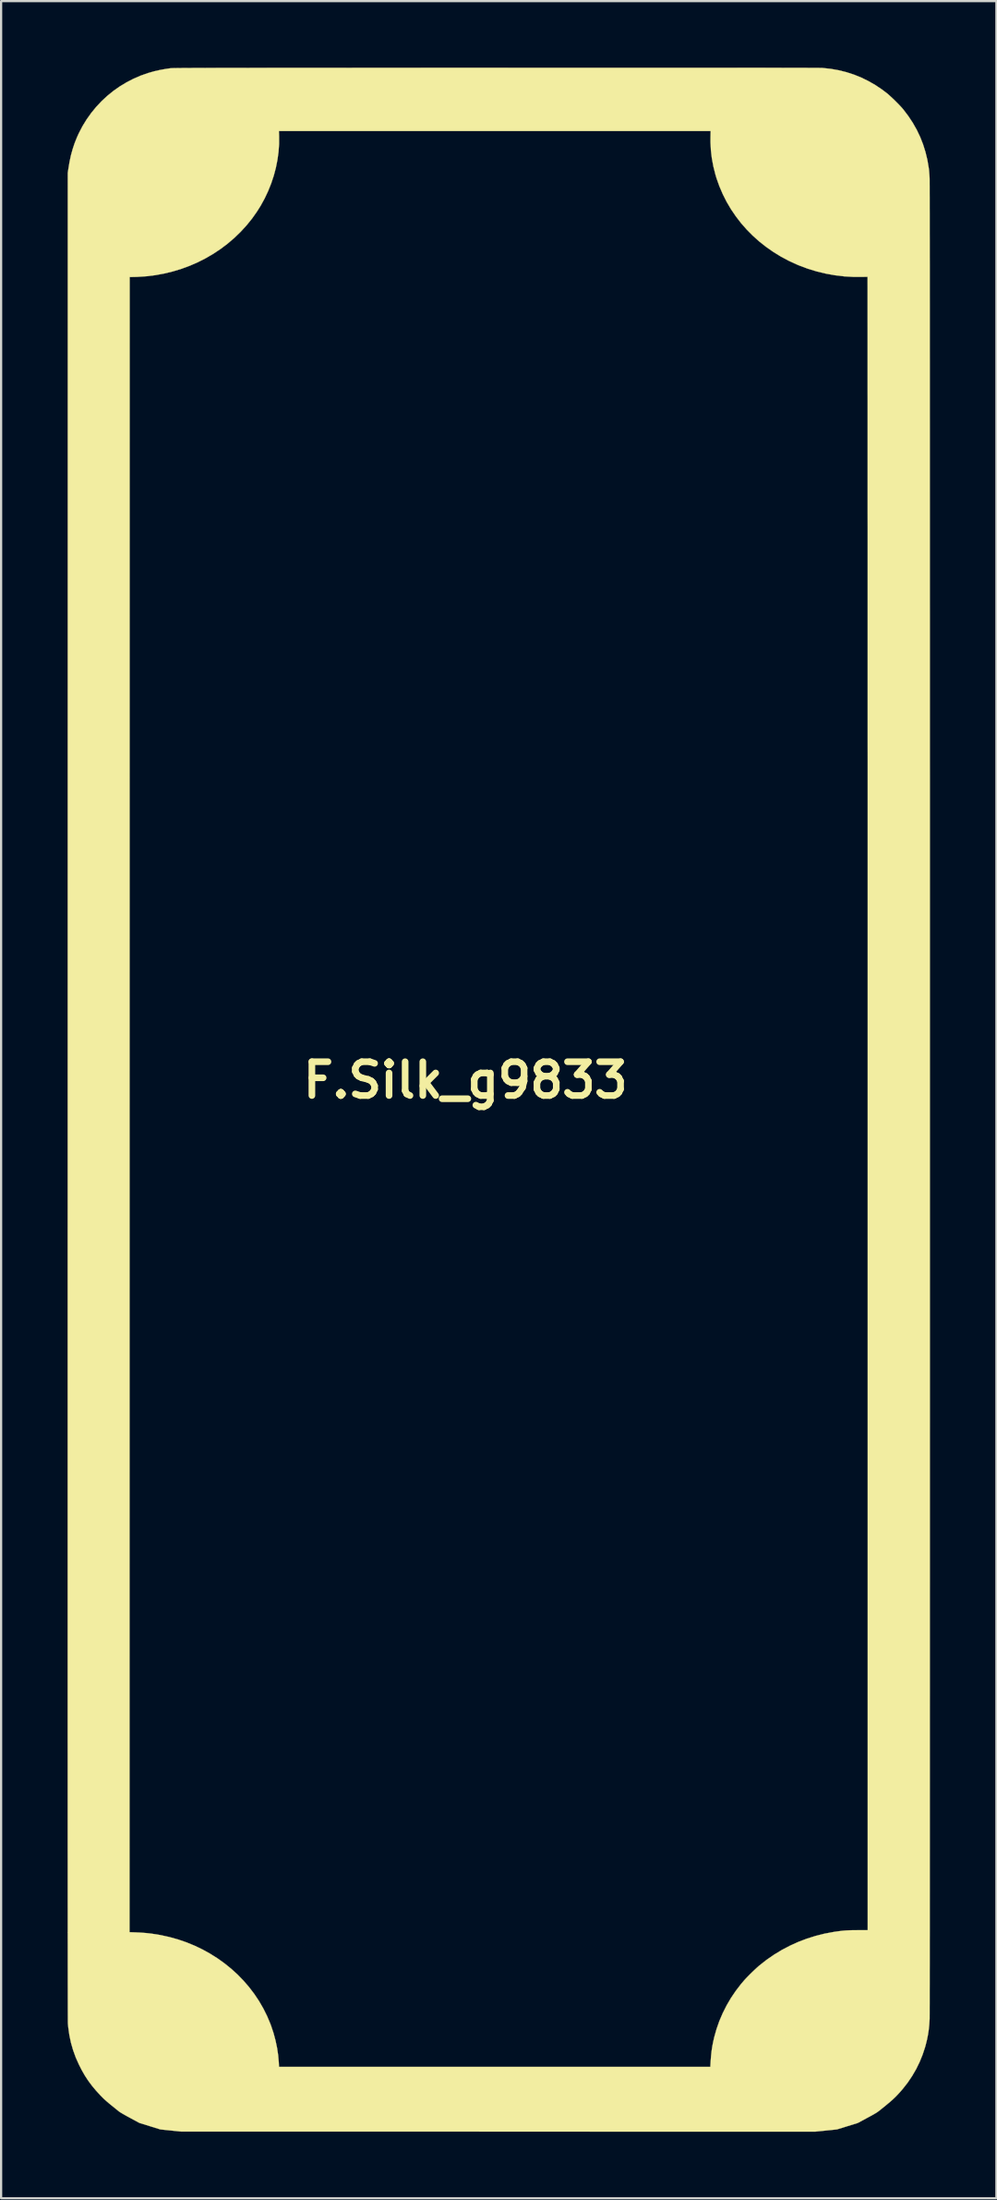
<source format=kicad_pcb>
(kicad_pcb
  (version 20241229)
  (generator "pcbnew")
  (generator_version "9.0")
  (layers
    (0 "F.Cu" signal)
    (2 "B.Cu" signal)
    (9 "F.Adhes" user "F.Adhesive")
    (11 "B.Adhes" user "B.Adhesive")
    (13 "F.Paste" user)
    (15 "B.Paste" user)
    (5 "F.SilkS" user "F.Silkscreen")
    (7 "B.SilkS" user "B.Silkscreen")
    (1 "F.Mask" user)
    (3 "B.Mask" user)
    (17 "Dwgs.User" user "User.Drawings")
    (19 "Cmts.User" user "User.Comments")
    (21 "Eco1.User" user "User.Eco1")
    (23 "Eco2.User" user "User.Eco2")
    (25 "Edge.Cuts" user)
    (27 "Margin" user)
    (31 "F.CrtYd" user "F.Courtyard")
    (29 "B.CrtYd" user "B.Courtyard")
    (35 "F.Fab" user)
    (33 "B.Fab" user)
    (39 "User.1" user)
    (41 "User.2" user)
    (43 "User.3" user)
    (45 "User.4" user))
  (footprint "F.Silk_g9833"
    (layer "F.Cu")
    (at 17.961 45.672)
    (property "Reference" "F.Silk_g9833" (at 0 0 0) (layer "F.SilkS") (effects (font (size 1.524 1.524) (thickness 0.3))))
    (attr through_hole)
    (fp_poly (pts (xy 8.292 -45.667) (xy 8.852 -45.667) (xy 9.389 -45.667) (xy 9.904 -45.667) (xy 10.397 -45.667) (xy 10.867 -45.667) (xy 11.315 -45.667) (xy 11.742 -45.667) (xy 12.147 -45.667) (xy 12.531 -45.666) (xy 12.894 -45.666) (xy 13.237 -45.666) (xy 13.559 -45.665) (xy 13.86 -45.665) (xy 14.142 -45.665) (xy 14.404 -45.664) (xy 14.646 -45.664) (xy 14.87 -45.664) (xy 15.074 -45.663) (xy 15.259 -45.663) (xy 15.425 -45.662) (xy 15.573 -45.661) (xy 15.704 -45.661) (xy 15.816 -45.66) (xy 15.91 -45.66) (xy 15.987 -45.659) (xy 16.047 -45.658) (xy 16.09 -45.658) (xy 16.116 -45.657) (xy 16.123 -45.656) (xy 16.489 -45.617) (xy 16.848 -45.554) (xy 17.199 -45.467) (xy 17.542 -45.356) (xy 17.875 -45.221) (xy 18.199 -45.062) (xy 18.514 -44.881) (xy 18.818 -44.676) (xy 19.025 -44.519) (xy 19.099 -44.457) (xy 19.184 -44.38) (xy 19.278 -44.293) (xy 19.376 -44.2) (xy 19.473 -44.103) (xy 19.566 -44.009) (xy 19.651 -43.919) (xy 19.723 -43.839) (xy 19.767 -43.787) (xy 19.993 -43.49) (xy 20.195 -43.184) (xy 20.374 -42.869) (xy 20.529 -42.545) (xy 20.66 -42.211) (xy 20.768 -41.867) (xy 20.854 -41.513) (xy 20.916 -41.149) (xy 20.923 -41.095) (xy 20.93 -41.03) (xy 20.937 -40.946) (xy 20.944 -40.853) (xy 20.951 -40.756) (xy 20.955 -40.669) (xy 20.955 -40.649) (xy 20.956 -40.604) (xy 20.956 -40.534) (xy 20.956 -40.439) (xy 20.957 -40.321) (xy 20.957 -40.179) (xy 20.957 -40.014) (xy 20.958 -39.826) (xy 20.958 -39.616) (xy 20.958 -39.384) (xy 20.959 -39.129) (xy 20.959 -38.854) (xy 20.959 -38.557) (xy 20.959 -38.24) (xy 20.96 -37.902) (xy 20.96 -37.545) (xy 20.96 -37.168) (xy 20.961 -36.771) (xy 20.961 -36.356) (xy 20.961 -35.923) (xy 20.961 -35.471) (xy 20.962 -35.002) (xy 20.962 -34.515) (xy 20.962 -34.011) (xy 20.962 -33.491) (xy 20.962 -32.954) (xy 20.963 -32.402) (xy 20.963 -31.834) (xy 20.963 -31.25) (xy 20.963 -30.652) (xy 20.963 -30.04) (xy 20.964 -29.413) (xy 20.964 -28.773) (xy 20.964 -28.119) (xy 20.964 -27.452) (xy 20.964 -26.773) (xy 20.965 -26.082) (xy 20.965 -25.378) (xy 20.965 -24.663) (xy 20.965 -23.937) (xy 20.965 -23.2) (xy 20.965 -22.453) (xy 20.965 -21.695) (xy 20.966 -20.928) (xy 20.966 -20.152) (xy 20.966 -19.366) (xy 20.966 -18.572) (xy 20.966 -17.77) (xy 20.966 -16.96) (xy 20.966 -16.142) (xy 20.966 -15.318) (xy 20.966 -14.486) (xy 20.967 -13.648) (xy 20.967 -12.804) (xy 20.967 -11.954) (xy 20.967 -11.099) (xy 20.967 -10.239) (xy 20.967 -9.375) (xy 20.967 -8.506) (xy 20.967 -7.633) (xy 20.967 -6.757) (xy 20.967 -5.878) (xy 20.967 -4.996) (xy 20.967 -4.112) (xy 20.967 -3.225) (xy 20.967 -2.337) (xy 20.967 -1.448) (xy 20.967 -0.557) (xy 20.967 0.334) (xy 20.967 1.225) (xy 20.967 2.116) (xy 20.967 3.006) (xy 20.967 3.896) (xy 20.967 4.784) (xy 20.967 5.671) (xy 20.967 6.555) (xy 20.967 7.438) (xy 20.967 8.317) (xy 20.967 9.194) (xy 20.967 10.067) (xy 20.967 10.936) (xy 20.967 11.802) (xy 20.967 12.662) (xy 20.967 13.518) (xy 20.967 14.368) (xy 20.967 15.213) (xy 20.966 16.052) (xy 20.966 16.884) (xy 20.966 17.71) (xy 20.966 18.528) (xy 20.966 19.34) (xy 20.966 20.143) (xy 20.966 20.938) (xy 20.966 21.725) (xy 20.966 22.502) (xy 20.965 23.271) (xy 20.965 24.029) (xy 20.965 24.778) (xy 20.965 25.516) (xy 20.965 26.244) (xy 20.965 26.96) (xy 20.965 27.665) (xy 20.964 28.358) (xy 20.964 29.039) (xy 20.964 29.707) (xy 20.964 30.363) (xy 20.964 31.005) (xy 20.964 31.633) (xy 20.963 32.248) (xy 20.963 32.848) (xy 20.963 33.433) (xy 20.963 34.003) (xy 20.963 34.557) (xy 20.962 35.096) (xy 20.962 35.619) (xy 20.962 36.125) (xy 20.962 36.614) (xy 20.961 37.085) (xy 20.961 37.539) (xy 20.961 37.975) (xy 20.961 38.393) (xy 20.96 38.791) (xy 20.96 39.171) (xy 20.96 39.531) (xy 20.96 39.871) (xy 20.959 40.191) (xy 20.959 40.49) (xy 20.959 40.769) (xy 20.958 41.026) (xy 20.958 41.261) (xy 20.958 41.474) (xy 20.958 41.665) (xy 20.957 41.833) (xy 20.957 41.978) (xy 20.957 42.099) (xy 20.956 42.197) (xy 20.956 42.27) (xy 20.956 42.319) (xy 20.955 42.342) (xy 20.955 42.343) (xy 20.94 42.594) (xy 20.916 42.827) (xy 20.882 43.051) (xy 20.838 43.272) (xy 20.782 43.499) (xy 20.749 43.618) (xy 20.638 43.954) (xy 20.504 44.283) (xy 20.347 44.603) (xy 20.168 44.911) (xy 19.969 45.207) (xy 19.75 45.487) (xy 19.648 45.606) (xy 19.576 45.685) (xy 19.511 45.756) (xy 19.448 45.822) (xy 19.385 45.884) (xy 19.32 45.946) (xy 19.249 46.01) (xy 19.171 46.079) (xy 19.081 46.154) (xy 18.979 46.239) (xy 18.86 46.336) (xy 18.802 46.382) (xy 18.743 46.43) (xy 18.692 46.47) (xy 18.647 46.504) (xy 18.604 46.536) (xy 18.559 46.566) (xy 18.51 46.596) (xy 18.453 46.629) (xy 18.386 46.668) (xy 18.304 46.713) (xy 18.204 46.767) (xy 18.144 46.799) (xy 17.715 47.031) (xy 17.243 47.177) (xy 16.771 47.322) (xy 16.282 47.372) (xy 15.792 47.422) (xy -12.833 47.419) (xy -13.773 47.322) (xy -14.719 47.029) (xy -15.148 46.797) (xy -15.263 46.735) (xy -15.368 46.676) (xy -15.46 46.624) (xy -15.536 46.579) (xy -15.595 46.542) (xy -15.635 46.516) (xy -15.646 46.507) (xy -15.679 46.48) (xy -15.727 46.441) (xy -15.786 46.393) (xy -15.85 46.341) (xy -15.907 46.296) (xy -16.014 46.209) (xy -16.106 46.134) (xy -16.184 46.067) (xy -16.254 46.005) (xy -16.32 45.945) (xy -16.384 45.882) (xy -16.452 45.813) (xy -16.477 45.788) (xy -16.681 45.566) (xy -16.864 45.346) (xy -17.03 45.122) (xy -17.182 44.89) (xy -17.323 44.643) (xy -17.448 44.398) (xy -17.592 44.075) (xy -17.71 43.749) (xy -17.806 43.417) (xy -17.878 43.078) (xy -17.928 42.728) (xy -17.945 42.545) (xy -17.945 42.532) (xy -17.946 42.504) (xy -17.946 42.462) (xy -17.947 42.404) (xy -17.947 42.332) (xy -17.947 42.244) (xy -17.948 42.141) (xy -17.948 42.023) (xy -17.949 41.889) (xy -17.949 41.738) (xy -17.949 41.572) (xy -17.95 41.39) (xy -17.95 41.192) (xy -17.95 40.976) (xy -17.951 40.745) (xy -17.951 40.496) (xy -17.951 40.231) (xy -17.952 39.948) (xy -17.952 39.648) (xy -17.952 39.33) (xy -17.952 38.995) (xy -17.953 38.642) (xy -17.953 38.426) (xy -15.164 38.426) (xy -14.9 38.435) (xy -14.648 38.447) (xy -14.411 38.465) (xy -14.182 38.491) (xy -13.951 38.525) (xy -13.76 38.558) (xy -13.361 38.646) (xy -12.971 38.755) (xy -12.591 38.885) (xy -12.222 39.037) (xy -11.865 39.208) (xy -11.52 39.399) (xy -11.189 39.608) (xy -10.872 39.835) (xy -10.57 40.079) (xy -10.284 40.339) (xy -10.015 40.616) (xy -9.764 40.907) (xy -9.531 41.213) (xy -9.318 41.532) (xy -9.125 41.865) (xy -8.953 42.21) (xy -8.803 42.566) (xy -8.769 42.659) (xy -8.661 42.983) (xy -8.573 43.312) (xy -8.503 43.644) (xy -8.454 43.973) (xy -8.426 44.294) (xy -8.424 44.326) (xy -8.416 44.501) (xy 11.057 44.501) (xy 11.072 44.237) (xy 11.089 44.011) (xy 11.111 43.802) (xy 11.141 43.6) (xy 11.179 43.398) (xy 11.227 43.186) (xy 11.233 43.161) (xy 11.337 42.793) (xy 11.464 42.431) (xy 11.616 42.077) (xy 11.79 41.732) (xy 11.985 41.398) (xy 12.203 41.076) (xy 12.44 40.767) (xy 12.586 40.596) (xy 12.66 40.515) (xy 12.748 40.423) (xy 12.845 40.325) (xy 12.947 40.225) (xy 13.049 40.128) (xy 13.146 40.038) (xy 13.233 39.96) (xy 13.272 39.927) (xy 13.595 39.673) (xy 13.933 39.44) (xy 14.285 39.227) (xy 14.65 39.036) (xy 15.025 38.866) (xy 15.412 38.719) (xy 15.807 38.595) (xy 16.211 38.493) (xy 16.622 38.416) (xy 16.726 38.4) (xy 16.857 38.382) (xy 16.975 38.368) (xy 17.086 38.356) (xy 17.194 38.348) (xy 17.306 38.342) (xy 17.427 38.338) (xy 17.561 38.336) (xy 17.715 38.335) (xy 17.732 38.335) (xy 18.161 38.335) (xy 18.161 1.053) (xy 18.161 0.079) (xy 18.161 -0.889) (xy 18.161 -1.852) (xy 18.161 -2.807) (xy 18.161 -3.756) (xy 18.161 -4.697) (xy 18.161 -5.631) (xy 18.161 -6.557) (xy 18.161 -7.475) (xy 18.161 -8.384) (xy 18.161 -9.285) (xy 18.161 -10.176) (xy 18.161 -11.059) (xy 18.161 -11.931) (xy 18.161 -12.793) (xy 18.161 -13.645) (xy 18.161 -14.487) (xy 18.16 -15.317) (xy 18.16 -16.136) (xy 18.16 -16.944) (xy 18.16 -17.739) (xy 18.16 -18.523) (xy 18.16 -19.293) (xy 18.16 -20.051) (xy 18.16 -20.796) (xy 18.16 -21.527) (xy 18.16 -22.245) (xy 18.16 -22.948) (xy 18.16 -23.637) (xy 18.16 -24.311) (xy 18.16 -24.971) (xy 18.159 -25.614) (xy 18.159 -26.242) (xy 18.159 -26.854) (xy 18.159 -27.45) (xy 18.159 -28.029) (xy 18.159 -28.592) (xy 18.159 -29.136) (xy 18.159 -29.664) (xy 18.159 -30.173) (xy 18.159 -30.665) (xy 18.158 -31.137) (xy 18.158 -31.591) (xy 18.158 -32.026) (xy 18.158 -32.442) (xy 18.158 -32.837) (xy 18.158 -33.213) (xy 18.158 -33.568) (xy 18.158 -33.902) (xy 18.157 -34.216) (xy 18.157 -34.508) (xy 18.157 -34.778) (xy 18.157 -35.027) (xy 18.157 -35.253) (xy 18.157 -35.456) (xy 18.157 -35.637) (xy 18.157 -35.794) (xy 18.156 -35.928) (xy 18.156 -36.039) (xy 18.156 -36.124) (xy 18.156 -36.186) (xy 18.156 -36.223) (xy 18.156 -36.234) (xy 18.142 -36.236) (xy 18.107 -36.236) (xy 18.056 -36.236) (xy 17.992 -36.234) (xy 17.943 -36.233) (xy 17.521 -36.233) (xy 17.1 -36.257) (xy 16.682 -36.307) (xy 16.269 -36.381) (xy 15.861 -36.479) (xy 15.46 -36.601) (xy 15.067 -36.748) (xy 14.954 -36.795) (xy 14.586 -36.965) (xy 14.231 -37.155) (xy 13.891 -37.365) (xy 13.566 -37.592) (xy 13.258 -37.836) (xy 12.967 -38.097) (xy 12.694 -38.373) (xy 12.439 -38.664) (xy 12.204 -38.97) (xy 11.988 -39.288) (xy 11.792 -39.62) (xy 11.619 -39.963) (xy 11.467 -40.316) (xy 11.337 -40.68) (xy 11.286 -40.851) (xy 11.193 -41.218) (xy 11.125 -41.583) (xy 11.082 -41.948) (xy 11.064 -42.313) (xy 11.065 -42.523) (xy 11.071 -42.812) (xy -8.42 -42.812) (xy -8.412 -42.58) (xy -8.412 -42.227) (xy -8.437 -41.871) (xy -8.486 -41.514) (xy -8.557 -41.157) (xy -8.651 -40.802) (xy -8.767 -40.452) (xy -8.905 -40.108) (xy -9.063 -39.773) (xy -9.241 -39.448) (xy -9.405 -39.186) (xy -9.634 -38.862) (xy -9.883 -38.555) (xy -10.15 -38.264) (xy -10.434 -37.99) (xy -10.734 -37.734) (xy -11.049 -37.496) (xy -11.378 -37.277) (xy -11.721 -37.077) (xy -12.075 -36.897) (xy -12.441 -36.737) (xy -12.818 -36.598) (xy -13.203 -36.481) (xy -13.597 -36.385) (xy -13.998 -36.311) (xy -14.406 -36.261) (xy -14.819 -36.234) (xy -14.973 -36.23) (xy -15.157 -36.227) (xy -15.161 1.1) (xy -15.164 38.426) (xy -17.953 38.426) (xy -17.953 38.271) (xy -17.953 37.882) (xy -17.953 37.475) (xy -17.954 37.049) (xy -17.954 36.604) (xy -17.954 36.141) (xy -17.954 35.659) (xy -17.954 35.158) (xy -17.955 34.637) (xy -17.955 34.097) (xy -17.955 33.538) (xy -17.955 32.958) (xy -17.955 32.359) (xy -17.955 31.74) (xy -17.955 31.1) (xy -17.955 30.44) (xy -17.956 29.76) (xy -17.956 29.058) (xy -17.956 28.336) (xy -17.956 27.593) (xy -17.956 26.829) (xy -17.956 26.043) (xy -17.956 25.235) (xy -17.956 24.406) (xy -17.956 23.555) (xy -17.956 22.682) (xy -17.956 21.787) (xy -17.956 20.87) (xy -17.956 19.93) (xy -17.956 18.967) (xy -17.956 17.981) (xy -17.956 16.973) (xy -17.956 15.941) (xy -17.956 14.886) (xy -17.956 13.808) (xy -17.956 12.705) (xy -17.956 11.579) (xy -17.956 10.429) (xy -17.956 9.255) (xy -17.956 8.057) (xy -17.956 6.834) (xy -17.955 5.586) (xy -17.955 4.314) (xy -17.955 3.016) (xy -17.955 1.694) (xy -17.955 0.718) (xy -17.951 -40.926) (xy -17.923 -41.116) (xy -17.871 -41.425) (xy -17.809 -41.716) (xy -17.733 -41.991) (xy -17.645 -42.257) (xy -17.541 -42.518) (xy -17.451 -42.716) (xy -17.285 -43.035) (xy -17.098 -43.339) (xy -16.891 -43.629) (xy -16.666 -43.903) (xy -16.424 -44.16) (xy -16.165 -44.401) (xy -15.89 -44.623) (xy -15.601 -44.826) (xy -15.298 -45.009) (xy -14.983 -45.171) (xy -14.657 -45.312) (xy -14.32 -45.43) (xy -14.037 -45.51) (xy -13.799 -45.564) (xy -13.549 -45.609) (xy -13.341 -45.64) (xy -13.332 -45.641) (xy -13.321 -45.642) (xy -13.308 -45.643) (xy -13.293 -45.644) (xy -13.275 -45.645) (xy -13.255 -45.646) (xy -13.231 -45.647) (xy -13.202 -45.648) (xy -13.17 -45.649) (xy -13.132 -45.649) (xy -13.09 -45.65) (xy -13.041 -45.651) (xy -12.987 -45.652) (xy -12.926 -45.653) (xy -12.858 -45.653) (xy -12.782 -45.654) (xy -12.698 -45.654) (xy -12.607 -45.655) (xy -12.506 -45.656) (xy -12.396 -45.656) (xy -12.277 -45.657) (xy -12.147 -45.657) (xy -12.007 -45.658) (xy -11.856 -45.658) (xy -11.694 -45.659) (xy -11.519 -45.659) (xy -11.333 -45.659) (xy -11.134 -45.66) (xy -10.921 -45.66) (xy -10.695 -45.661) (xy -10.455 -45.661) (xy -10.201 -45.661) (xy -9.931 -45.661) (xy -9.647 -45.662) (xy -9.346 -45.662) (xy -9.03 -45.662) (xy -8.696 -45.663) (xy -8.346 -45.663) (xy -7.978 -45.663) (xy -7.592 -45.663) (xy -7.188 -45.664) (xy -6.764 -45.664) (xy -6.322 -45.664) (xy -5.86 -45.664) (xy -5.378 -45.664) (xy -4.875 -45.665) (xy -4.351 -45.665) (xy -3.806 -45.665) (xy -3.238 -45.665) (xy -2.649 -45.665) (xy -2.036 -45.665) (xy -1.401 -45.666) (xy -0.742 -45.666) (xy -0.058 -45.666) (xy 0.65 -45.666) (xy 1.382 -45.666) (xy 1.384 -45.666) (xy 2.186 -45.667) (xy 2.962 -45.667) (xy 3.713 -45.667) (xy 4.439 -45.667) (xy 5.141 -45.667) (xy 5.819 -45.667) (xy 6.472 -45.667) (xy 7.102 -45.667) (xy 7.709 -45.667) (xy 8.292 -45.667)) (stroke (width 0.01) (type solid)) (fill yes) (layer "F.SilkS")))
  (gr_rect
    (start -3 -3)
    (end 41.933 96.099)
    (stroke (width 0.1) (type default))
    (fill no)
    (layer "Edge.Cuts")))
</source>
